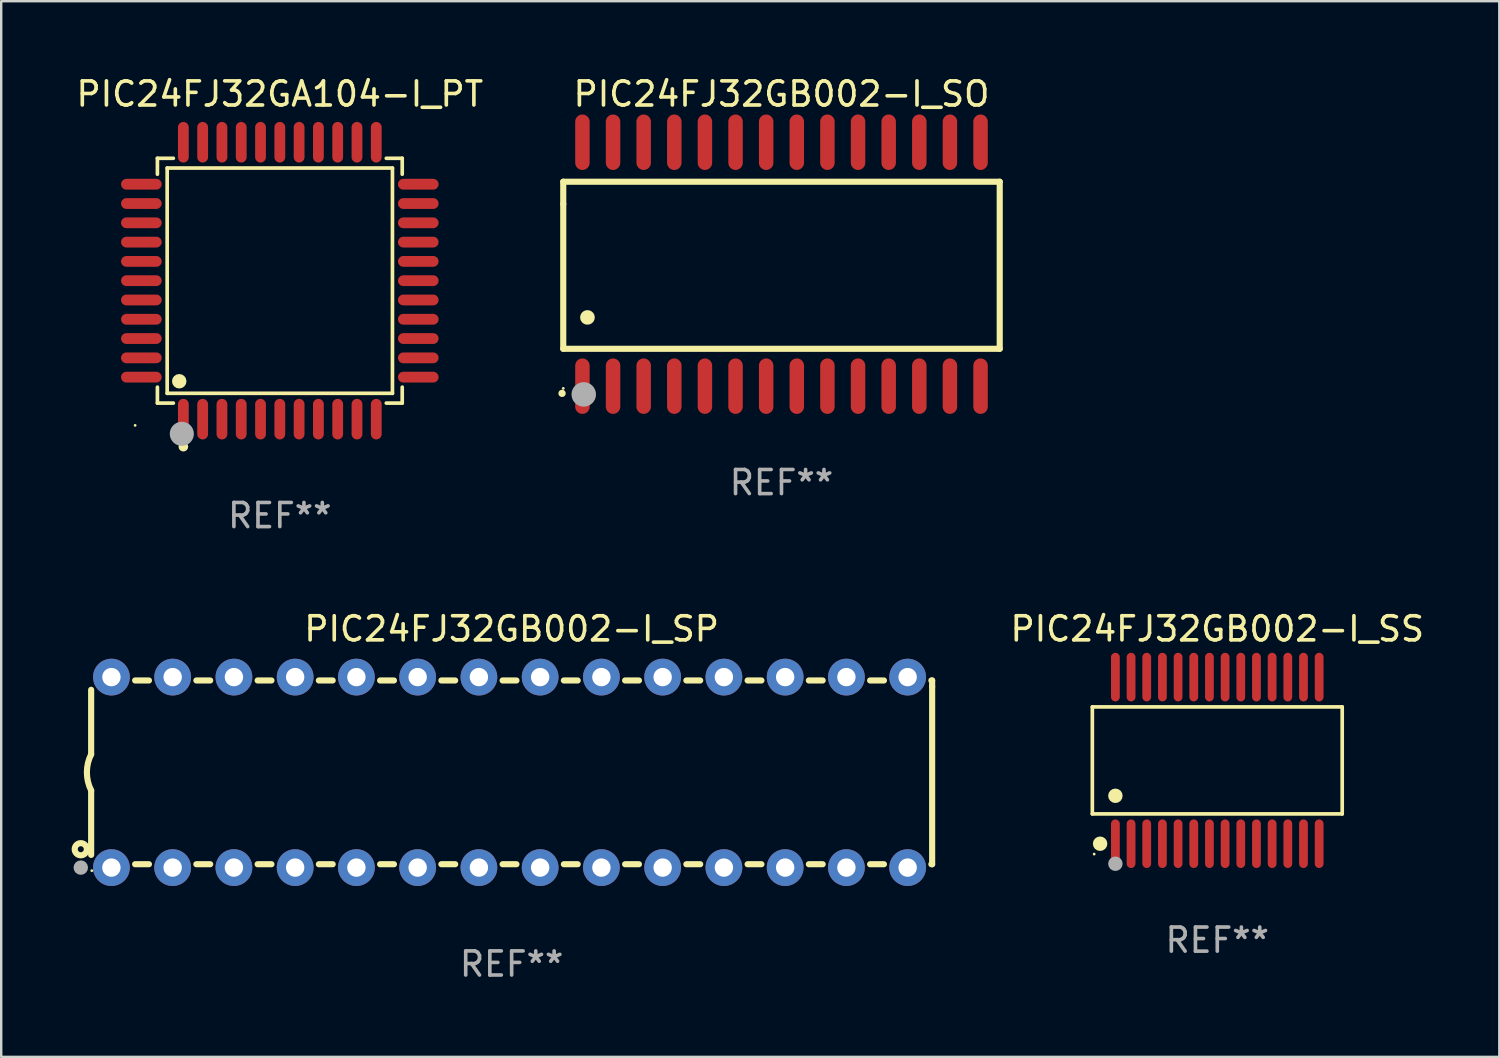
<source format=kicad_pcb>
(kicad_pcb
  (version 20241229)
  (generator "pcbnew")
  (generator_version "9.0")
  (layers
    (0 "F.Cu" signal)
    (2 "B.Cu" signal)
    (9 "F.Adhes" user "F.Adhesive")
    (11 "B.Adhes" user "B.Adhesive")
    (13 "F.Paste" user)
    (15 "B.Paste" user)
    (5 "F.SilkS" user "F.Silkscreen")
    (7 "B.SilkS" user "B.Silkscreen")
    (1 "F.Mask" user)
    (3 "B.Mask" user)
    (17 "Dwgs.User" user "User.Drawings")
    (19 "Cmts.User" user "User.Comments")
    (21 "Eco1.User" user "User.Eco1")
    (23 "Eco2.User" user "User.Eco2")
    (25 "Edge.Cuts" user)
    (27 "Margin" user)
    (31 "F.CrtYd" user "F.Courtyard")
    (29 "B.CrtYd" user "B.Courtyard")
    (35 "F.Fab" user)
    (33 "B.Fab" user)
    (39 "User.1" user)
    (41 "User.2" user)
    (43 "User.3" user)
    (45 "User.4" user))
  (footprint "PIC24FJ32GB002-I_SO"
    (layer "F.Cu")
    (at 29.358 7.906)
    (property "Reference" "PIC24FJ32GB002-I_SO" (at 0 -7.058 0) (layer "F.SilkS") (effects (font (size 1 1) (thickness 0.15))))
    (attr through_hole)
    (fp_line (start -9.05 -3.42) (end 9.05 -3.42) (stroke (width 0.254) (type solid)) (layer "F.SilkS"))
    (fp_line (start -9.05 -2.492) (end -9.05 -3.42) (stroke (width 0.254) (type solid)) (layer "F.SilkS"))
    (fp_line (start -9.05 3.508) (end -9.05 -2.492) (stroke (width 0.254) (type solid)) (layer "F.SilkS"))
    (fp_line (start 9.05 -3.42) (end 9.05 3.508) (stroke (width 0.254) (type solid)) (layer "F.SilkS"))
    (fp_line (start 9.05 3.508) (end -9.05 3.508) (stroke (width 0.254) (type solid)) (layer "F.SilkS"))
    (fp_arc (start -9.100838 5.35649) (mid -9.099568 5.356485) (end -9.098298 5.35649) (stroke (width 0.3) (type solid)) (layer "F.SilkS"))
    (fp_arc (start -8.049276 2.206883) (mid -8.046736 2.206872) (end -8.044196 2.206883) (stroke (width 0.6) (type solid)) (layer "F.SilkS"))
    (fp_circle (center -9.05 5.15) (end -9.02 5.15) (stroke (width 0.06) (type solid)) (fill no) (layer "F.SilkS"))
    (fp_circle (center -8.2 5.4) (end -7.946 5.4) (stroke (width 0.508) (type solid)) (fill no) (layer "F.Fab"))
    (fp_text user "REF**" (at 0 9.058 0) (layer "F.Fab") (effects (font (size 1 1) (thickness 0.15))))
    (pad "1" smd oval (at -8.255 5.058 180) (size 0.6 2.3) (layers "F.Cu" "F.Mask" "F.Paste"))
    (pad "2" smd oval (at -6.985 5.058 180) (size 0.6 2.3) (layers "F.Cu" "F.Mask" "F.Paste"))
    (pad "3" smd oval (at -5.715 5.058 180) (size 0.6 2.3) (layers "F.Cu" "F.Mask" "F.Paste"))
    (pad "4" smd oval (at -4.445 5.058 180) (size 0.6 2.3) (layers "F.Cu" "F.Mask" "F.Paste"))
    (pad "5" smd oval (at -3.175 5.058 180) (size 0.6 2.3) (layers "F.Cu" "F.Mask" "F.Paste"))
    (pad "6" smd oval (at -1.905 5.058 180) (size 0.6 2.3) (layers "F.Cu" "F.Mask" "F.Paste"))
    (pad "7" smd oval (at -0.635 5.058 180) (size 0.6 2.3) (layers "F.Cu" "F.Mask" "F.Paste"))
    (pad "8" smd oval (at 0.635 5.058 180) (size 0.6 2.3) (layers "F.Cu" "F.Mask" "F.Paste"))
    (pad "9" smd oval (at 1.905 5.058 180) (size 0.6 2.3) (layers "F.Cu" "F.Mask" "F.Paste"))
    (pad "10" smd oval (at 3.175 5.058 180) (size 0.6 2.3) (layers "F.Cu" "F.Mask" "F.Paste"))
    (pad "11" smd oval (at 4.445 5.058 180) (size 0.6 2.3) (layers "F.Cu" "F.Mask" "F.Paste"))
    (pad "12" smd oval (at 5.715 5.058 180) (size 0.6 2.3) (layers "F.Cu" "F.Mask" "F.Paste"))
    (pad "13" smd oval (at 6.985 5.058 180) (size 0.6 2.3) (layers "F.Cu" "F.Mask" "F.Paste"))
    (pad "14" smd oval (at 8.255 5.058 180) (size 0.6 2.3) (layers "F.Cu" "F.Mask" "F.Paste"))
    (pad "15" smd oval (at 8.255 -5.058 180) (size 0.6 2.3) (layers "F.Cu" "F.Mask" "F.Paste"))
    (pad "16" smd oval (at 6.985 -5.058 180) (size 0.6 2.3) (layers "F.Cu" "F.Mask" "F.Paste"))
    (pad "17" smd oval (at 5.715 -5.058 180) (size 0.6 2.3) (layers "F.Cu" "F.Mask" "F.Paste"))
    (pad "18" smd oval (at 4.445 -5.058 180) (size 0.6 2.3) (layers "F.Cu" "F.Mask" "F.Paste"))
    (pad "19" smd oval (at 3.175 -5.058 180) (size 0.6 2.3) (layers "F.Cu" "F.Mask" "F.Paste"))
    (pad "20" smd oval (at 1.905 -5.058 180) (size 0.6 2.3) (layers "F.Cu" "F.Mask" "F.Paste"))
    (pad "21" smd oval (at 0.635 -5.058 180) (size 0.6 2.3) (layers "F.Cu" "F.Mask" "F.Paste"))
    (pad "22" smd oval (at -0.635 -5.058 180) (size 0.6 2.3) (layers "F.Cu" "F.Mask" "F.Paste"))
    (pad "23" smd oval (at -1.905 -5.058 180) (size 0.6 2.3) (layers "F.Cu" "F.Mask" "F.Paste"))
    (pad "24" smd oval (at -3.175 -5.058 180) (size 0.6 2.3) (layers "F.Cu" "F.Mask" "F.Paste"))
    (pad "25" smd oval (at -4.445 -5.058 180) (size 0.6 2.3) (layers "F.Cu" "F.Mask" "F.Paste"))
    (pad "26" smd oval (at -5.715 -5.058 180) (size 0.6 2.3) (layers "F.Cu" "F.Mask" "F.Paste"))
    (pad "27" smd oval (at -6.985 -5.058 180) (size 0.6 2.3) (layers "F.Cu" "F.Mask" "F.Paste"))
    (pad "28" smd oval (at -8.255 -5.058 180) (size 0.6 2.3) (layers "F.Cu" "F.Mask" "F.Paste")))
  (footprint "PIC24FJ32GB002-I_SS"
    (layer "F.Cu")
    (at 47.43 28.484)
    (property "Reference" "PIC24FJ32GB002-I_SS" (at 0 -5.455 0) (layer "F.SilkS") (effects (font (size 1 1) (thickness 0.15))))
    (attr through_hole)
    (fp_line (start -5.181 -2.219) (end 5.181 -2.219) (stroke (width 0.152) (type solid)) (layer "F.SilkS"))
    (fp_line (start -5.181 2.219) (end -5.181 -2.219) (stroke (width 0.152) (type solid)) (layer "F.SilkS"))
    (fp_line (start 5.181 -2.219) (end 5.181 2.219) (stroke (width 0.152) (type solid)) (layer "F.SilkS"))
    (fp_line (start 5.181 2.219) (end -5.181 2.219) (stroke (width 0.152) (type solid)) (layer "F.SilkS"))
    (fp_circle (center -5.105 3.885) (end -5.075 3.885) (stroke (width 0.06) (type solid)) (fill no) (layer "F.SilkS"))
    (fp_circle (center -4.859 3.455) (end -4.709 3.455) (stroke (width 0.3) (type solid)) (fill no) (layer "F.SilkS"))
    (fp_circle (center -4.225 1.467) (end -4.075 1.467) (stroke (width 0.3) (type solid)) (fill no) (layer "F.SilkS"))
    (fp_circle (center -4.225 4.285) (end -4.075 4.285) (stroke (width 0.3) (type solid)) (fill no) (layer "F.Fab"))
    (fp_text user "REF**" (at 0 7.455 0) (layer "F.Fab") (effects (font (size 1 1) (thickness 0.15))))
    (pad "1" smd oval (at -4.225 3.455) (size 0.364 2.015) (layers "F.Cu" "F.Mask" "F.Paste"))
    (pad "2" smd oval (at -3.575 3.455) (size 0.364 2.015) (layers "F.Cu" "F.Mask" "F.Paste"))
    (pad "3" smd oval (at -2.925 3.455) (size 0.364 2.015) (layers "F.Cu" "F.Mask" "F.Paste"))
    (pad "4" smd oval (at -2.275 3.455) (size 0.364 2.015) (layers "F.Cu" "F.Mask" "F.Paste"))
    (pad "5" smd oval (at -1.625 3.455) (size 0.364 2.015) (layers "F.Cu" "F.Mask" "F.Paste"))
    (pad "6" smd oval (at -0.975 3.455) (size 0.364 2.015) (layers "F.Cu" "F.Mask" "F.Paste"))
    (pad "7" smd oval (at -0.325 3.455) (size 0.364 2.015) (layers "F.Cu" "F.Mask" "F.Paste"))
    (pad "8" smd oval (at 0.325 3.455) (size 0.364 2.015) (layers "F.Cu" "F.Mask" "F.Paste"))
    (pad "9" smd oval (at 0.975 3.455) (size 0.364 2.015) (layers "F.Cu" "F.Mask" "F.Paste"))
    (pad "10" smd oval (at 1.625 3.455) (size 0.364 2.015) (layers "F.Cu" "F.Mask" "F.Paste"))
    (pad "11" smd oval (at 2.275 3.455) (size 0.364 2.015) (layers "F.Cu" "F.Mask" "F.Paste"))
    (pad "12" smd oval (at 2.925 3.455) (size 0.364 2.015) (layers "F.Cu" "F.Mask" "F.Paste"))
    (pad "13" smd oval (at 3.575 3.455) (size 0.364 2.015) (layers "F.Cu" "F.Mask" "F.Paste"))
    (pad "14" smd oval (at 4.225 3.455) (size 0.364 2.015) (layers "F.Cu" "F.Mask" "F.Paste"))
    (pad "15" smd oval (at 4.225 -3.455) (size 0.364 2.015) (layers "F.Cu" "F.Mask" "F.Paste"))
    (pad "16" smd oval (at 3.575 -3.455) (size 0.364 2.015) (layers "F.Cu" "F.Mask" "F.Paste"))
    (pad "17" smd oval (at 2.925 -3.455) (size 0.364 2.015) (layers "F.Cu" "F.Mask" "F.Paste"))
    (pad "18" smd oval (at 2.275 -3.455) (size 0.364 2.015) (layers "F.Cu" "F.Mask" "F.Paste"))
    (pad "19" smd oval (at 1.625 -3.455) (size 0.364 2.015) (layers "F.Cu" "F.Mask" "F.Paste"))
    (pad "20" smd oval (at 0.975 -3.455) (size 0.364 2.015) (layers "F.Cu" "F.Mask" "F.Paste"))
    (pad "21" smd oval (at 0.325 -3.455) (size 0.364 2.015) (layers "F.Cu" "F.Mask" "F.Paste"))
    (pad "22" smd oval (at -0.325 -3.455) (size 0.364 2.015) (layers "F.Cu" "F.Mask" "F.Paste"))
    (pad "23" smd oval (at -0.975 -3.455) (size 0.364 2.015) (layers "F.Cu" "F.Mask" "F.Paste"))
    (pad "24" smd oval (at -1.625 -3.455) (size 0.364 2.015) (layers "F.Cu" "F.Mask" "F.Paste"))
    (pad "25" smd oval (at -2.275 -3.455) (size 0.364 2.015) (layers "F.Cu" "F.Mask" "F.Paste"))
    (pad "26" smd oval (at -2.925 -3.455) (size 0.364 2.015) (layers "F.Cu" "F.Mask" "F.Paste"))
    (pad "27" smd oval (at -3.575 -3.455) (size 0.364 2.015) (layers "F.Cu" "F.Mask" "F.Paste"))
    (pad "28" smd oval (at -4.225 -3.455) (size 0.364 2.015) (layers "F.Cu" "F.Mask" "F.Paste")))
  (footprint "PIC24FJ32GB002-I_SP"
    (layer "F.Cu")
    (at 18.168 28.979)
    (property "Reference" "PIC24FJ32GB002-I_SP" (at 0 -5.95 0) (layer "F.SilkS") (effects (font (size 1 1) (thickness 0.15))))
    (attr through_hole)
    (fp_line (start -17.438 0.75) (end -17.438 3.423) (stroke (width 0.254) (type solid)) (layer "F.SilkS"))
    (fp_line (start -17.438 -3.423) (end -17.438 -0.75) (stroke (width 0.254) (type solid)) (layer "F.SilkS"))
    (fp_line (start -15.615 3.81) (end -15.041 3.81) (stroke (width 0.254) (type solid)) (layer "F.SilkS"))
    (fp_line (start -15.041 -3.81) (end -15.614 -3.81) (stroke (width 0.254) (type solid)) (layer "F.SilkS"))
    (fp_line (start -13.075 3.81) (end -12.501 3.81) (stroke (width 0.254) (type solid)) (layer "F.SilkS"))
    (fp_line (start -12.501 -3.81) (end -13.074 -3.81) (stroke (width 0.254) (type solid)) (layer "F.SilkS"))
    (fp_line (start -10.535 3.81) (end -9.961 3.81) (stroke (width 0.254) (type solid)) (layer "F.SilkS"))
    (fp_line (start -9.961 -3.81) (end -10.534 -3.81) (stroke (width 0.254) (type solid)) (layer "F.SilkS"))
    (fp_line (start -7.995 3.81) (end -7.421 3.81) (stroke (width 0.254) (type solid)) (layer "F.SilkS"))
    (fp_line (start -7.421 -3.81) (end -7.995 -3.81) (stroke (width 0.254) (type solid)) (layer "F.SilkS"))
    (fp_line (start -5.455 3.81) (end -4.881 3.81) (stroke (width 0.254) (type solid)) (layer "F.SilkS"))
    (fp_line (start -4.881 -3.81) (end -5.455 -3.81) (stroke (width 0.254) (type solid)) (layer "F.SilkS"))
    (fp_line (start -2.915 3.81) (end -2.341 3.81) (stroke (width 0.254) (type solid)) (layer "F.SilkS"))
    (fp_line (start -2.341 -3.81) (end -2.915 -3.81) (stroke (width 0.254) (type solid)) (layer "F.SilkS"))
    (fp_line (start -0.375 3.81) (end 0.199 3.81) (stroke (width 0.254) (type solid)) (layer "F.SilkS"))
    (fp_line (start 0.199 -3.81) (end -0.375 -3.81) (stroke (width 0.254) (type solid)) (layer "F.SilkS"))
    (fp_line (start 2.165 3.81) (end 2.739 3.81) (stroke (width 0.254) (type solid)) (layer "F.SilkS"))
    (fp_line (start 2.739 -3.81) (end 2.165 -3.81) (stroke (width 0.254) (type solid)) (layer "F.SilkS"))
    (fp_line (start 4.705 3.81) (end 5.279 3.81) (stroke (width 0.254) (type solid)) (layer "F.SilkS"))
    (fp_line (start 5.279 -3.81) (end 4.705 -3.81) (stroke (width 0.254) (type solid)) (layer "F.SilkS"))
    (fp_line (start 7.245 3.81) (end 7.819 3.81) (stroke (width 0.254) (type solid)) (layer "F.SilkS"))
    (fp_line (start 7.819 -3.81) (end 7.245 -3.81) (stroke (width 0.254) (type solid)) (layer "F.SilkS"))
    (fp_line (start 9.785 3.81) (end 10.359 3.81) (stroke (width 0.254) (type solid)) (layer "F.SilkS"))
    (fp_line (start 10.359 -3.81) (end 9.785 -3.81) (stroke (width 0.254) (type solid)) (layer "F.SilkS"))
    (fp_line (start 12.325 3.81) (end 12.899 3.81) (stroke (width 0.254) (type solid)) (layer "F.SilkS"))
    (fp_line (start 12.899 -3.81) (end 12.325 -3.81) (stroke (width 0.254) (type solid)) (layer "F.SilkS"))
    (fp_line (start 14.865 3.81) (end 15.439 3.81) (stroke (width 0.254) (type solid)) (layer "F.SilkS"))
    (fp_line (start 15.439 -3.81) (end 14.865 -3.81) (stroke (width 0.254) (type solid)) (layer "F.SilkS"))
    (fp_line (start 17.405 3.81) (end 17.438 3.81) (stroke (width 0.254) (type solid)) (layer "F.SilkS"))
    (fp_line (start 17.438 -3.81) (end 17.405 -3.81) (stroke (width 0.254) (type solid)) (layer "F.SilkS"))
    (fp_line (start 17.438 -3.556) (end 17.438 -3.81) (stroke (width 0.254) (type solid)) (layer "F.SilkS"))
    (fp_line (start 17.438 3.81) (end 17.438 -3.556) (stroke (width 0.254) (type solid)) (layer "F.SilkS"))
    (fp_arc (start -17.437986 0.749657) (mid -17.614887 -0.000024) (end -17.437783 -0.749657) (stroke (width 0.254001) (type solid)) (layer "F.SilkS"))
    (fp_circle (center -17.868 3.188) (end -17.743 3.188) (stroke (width 0.254) (type solid)) (fill no) (layer "F.SilkS"))
    (fp_circle (center -17.411 4.077) (end -17.381 4.077) (stroke (width 0.06) (type solid)) (fill no) (layer "F.SilkS"))
    (fp_circle (center -17.868 3.95) (end -17.718 3.95) (stroke (width 0.3) (type solid)) (fill no) (layer "F.Fab"))
    (fp_text user "REF**" (at 0 7.95 0) (layer "F.Fab") (effects (font (size 1 1) (thickness 0.15))))
    (pad "1" thru_hole circle (at -16.598 3.95) (size 1.524 1.524) (drill 0.762) (layers "*.Cu" "*.Mask"))
    (pad "2" thru_hole circle (at -14.058 3.95) (size 1.524 1.524) (drill 0.762) (layers "*.Cu" "*.Mask"))
    (pad "3" thru_hole circle (at -11.518 3.95) (size 1.524 1.524) (drill 0.762) (layers "*.Cu" "*.Mask"))
    (pad "4" thru_hole circle (at -8.978 3.95) (size 1.524 1.524) (drill 0.762) (layers "*.Cu" "*.Mask"))
    (pad "5" thru_hole circle (at -6.438 3.95) (size 1.524 1.524) (drill 0.762) (layers "*.Cu" "*.Mask"))
    (pad "6" thru_hole circle (at -3.898 3.95) (size 1.524 1.524) (drill 0.762) (layers "*.Cu" "*.Mask"))
    (pad "7" thru_hole circle (at -1.358 3.95) (size 1.524 1.524) (drill 0.762) (layers "*.Cu" "*.Mask"))
    (pad "8" thru_hole circle (at 1.182 3.95) (size 1.524 1.524) (drill 0.762) (layers "*.Cu" "*.Mask"))
    (pad "9" thru_hole circle (at 3.722 3.95) (size 1.524 1.524) (drill 0.762) (layers "*.Cu" "*.Mask"))
    (pad "10" thru_hole circle (at 6.262 3.95) (size 1.524 1.524) (drill 0.762) (layers "*.Cu" "*.Mask"))
    (pad "11" thru_hole circle (at 8.802 3.95) (size 1.524 1.524) (drill 0.762) (layers "*.Cu" "*.Mask"))
    (pad "12" thru_hole circle (at 11.342 3.95) (size 1.524 1.524) (drill 0.762) (layers "*.Cu" "*.Mask"))
    (pad "13" thru_hole circle (at 13.882 3.95) (size 1.524 1.524) (drill 0.762) (layers "*.Cu" "*.Mask"))
    (pad "14" thru_hole circle (at 16.422 3.95) (size 1.524 1.524) (drill 0.762) (layers "*.Cu" "*.Mask"))
    (pad "15" thru_hole circle (at 16.422 -3.95) (size 1.524 1.524) (drill 0.762) (layers "*.Cu" "*.Mask"))
    (pad "16" thru_hole circle (at 13.882 -3.95) (size 1.524 1.524) (drill 0.762) (layers "*.Cu" "*.Mask"))
    (pad "17" thru_hole circle (at 11.342 -3.95) (size 1.524 1.524) (drill 0.762) (layers "*.Cu" "*.Mask"))
    (pad "18" thru_hole circle (at 8.802 -3.95) (size 1.524 1.524) (drill 0.762) (layers "*.Cu" "*.Mask"))
    (pad "19" thru_hole circle (at 6.262 -3.95) (size 1.524 1.524) (drill 0.762) (layers "*.Cu" "*.Mask"))
    (pad "20" thru_hole circle (at 3.722 -3.95) (size 1.524 1.524) (drill 0.762) (layers "*.Cu" "*.Mask"))
    (pad "21" thru_hole circle (at 1.182 -3.95) (size 1.524 1.524) (drill 0.762) (layers "*.Cu" "*.Mask"))
    (pad "22" thru_hole circle (at -1.358 -3.95) (size 1.524 1.524) (drill 0.762) (layers "*.Cu" "*.Mask"))
    (pad "23" thru_hole circle (at -3.898 -3.95) (size 1.524 1.524) (drill 0.762) (layers "*.Cu" "*.Mask"))
    (pad "24" thru_hole circle (at -6.438 -3.95) (size 1.524 1.524) (drill 0.762) (layers "*.Cu" "*.Mask"))
    (pad "25" thru_hole circle (at -8.978 -3.95) (size 1.524 1.524) (drill 0.762) (layers "*.Cu" "*.Mask"))
    (pad "26" thru_hole circle (at -11.517 -3.95) (size 1.524 1.524) (drill 0.762) (layers "*.Cu" "*.Mask"))
    (pad "27" thru_hole circle (at -14.057 -3.95) (size 1.524 1.524) (drill 0.762) (layers "*.Cu" "*.Mask"))
    (pad "28" thru_hole circle (at -16.597 -3.95) (size 1.524 1.524) (drill 0.762) (layers "*.Cu" "*.Mask")))
  (footprint "PIC24FJ32GA104-I_PT"
    (layer "F.Cu")
    (at 8.554 8.59)
    (property "Reference" "PIC24FJ32GA104-I_PT" (at 0 -7.742 0) (layer "F.SilkS") (effects (font (size 1 1) (thickness 0.15))))
    (attr through_hole)
    (fp_line (start -5.076 -5.076) (end -4.415 -5.076) (stroke (width 0.152) (type solid)) (layer "F.SilkS"))
    (fp_line (start -5.076 -4.415) (end -5.076 -5.076) (stroke (width 0.152) (type solid)) (layer "F.SilkS"))
    (fp_line (start -5.076 4.415) (end -5.076 5.076) (stroke (width 0.152) (type solid)) (layer "F.SilkS"))
    (fp_line (start -5.076 5.076) (end -4.415 5.076) (stroke (width 0.152) (type solid)) (layer "F.SilkS"))
    (fp_line (start -4.671 -4.671) (end 4.671 -4.671) (stroke (width 0.152) (type solid)) (layer "F.SilkS"))
    (fp_line (start -4.671 4.671) (end -4.671 -4.671) (stroke (width 0.152) (type solid)) (layer "F.SilkS"))
    (fp_line (start 4.671 -4.671) (end 4.671 4.671) (stroke (width 0.152) (type solid)) (layer "F.SilkS"))
    (fp_line (start 4.671 4.671) (end -4.671 4.671) (stroke (width 0.152) (type solid)) (layer "F.SilkS"))
    (fp_line (start 5.076 -5.076) (end 4.415 -5.076) (stroke (width 0.152) (type solid)) (layer "F.SilkS"))
    (fp_line (start 5.076 -4.415) (end 5.076 -5.076) (stroke (width 0.152) (type solid)) (layer "F.SilkS"))
    (fp_line (start 5.076 4.415) (end 5.076 5.076) (stroke (width 0.152) (type solid)) (layer "F.SilkS"))
    (fp_line (start 5.076 5.076) (end 4.415 5.076) (stroke (width 0.152) (type solid)) (layer "F.SilkS"))
    (fp_circle (center -6 6) (end -5.97 6) (stroke (width 0.06) (type solid)) (fill no) (layer "F.SilkS"))
    (fp_circle (center -4.171 4.171) (end -4.021 4.171) (stroke (width 0.3) (type solid)) (fill no) (layer "F.SilkS"))
    (fp_circle (center -4 6.884) (end -3.9 6.884) (stroke (width 0.2) (type solid)) (fill no) (layer "F.SilkS"))
    (fp_circle (center -4.064 6.35) (end -3.814 6.35) (stroke (width 0.5) (type solid)) (fill no) (layer "F.Fab"))
    (fp_text user "REF**" (at 0 9.742 0) (layer "F.Fab") (effects (font (size 1 1) (thickness 0.15))))
    (pad "1" smd oval (at -4 5.742) (size 0.448 1.684) (layers "F.Cu" "F.Mask" "F.Paste"))
    (pad "2" smd oval (at -3.2 5.742) (size 0.448 1.684) (layers "F.Cu" "F.Mask" "F.Paste"))
    (pad "3" smd oval (at -2.4 5.742) (size 0.448 1.684) (layers "F.Cu" "F.Mask" "F.Paste"))
    (pad "4" smd oval (at -1.6 5.742) (size 0.448 1.684) (layers "F.Cu" "F.Mask" "F.Paste"))
    (pad "5" smd oval (at -0.8 5.742) (size 0.448 1.684) (layers "F.Cu" "F.Mask" "F.Paste"))
    (pad "6" smd oval (at 0 5.742) (size 0.448 1.684) (layers "F.Cu" "F.Mask" "F.Paste"))
    (pad "7" smd oval (at 0.8 5.742) (size 0.448 1.684) (layers "F.Cu" "F.Mask" "F.Paste"))
    (pad "8" smd oval (at 1.6 5.742) (size 0.448 1.684) (layers "F.Cu" "F.Mask" "F.Paste"))
    (pad "9" smd oval (at 2.4 5.742) (size 0.448 1.684) (layers "F.Cu" "F.Mask" "F.Paste"))
    (pad "10" smd oval (at 3.2 5.742) (size 0.448 1.684) (layers "F.Cu" "F.Mask" "F.Paste"))
    (pad "11" smd oval (at 4 5.742) (size 0.448 1.684) (layers "F.Cu" "F.Mask" "F.Paste"))
    (pad "12" smd oval (at 5.742 4) (size 1.684 0.448) (layers "F.Cu" "F.Mask" "F.Paste"))
    (pad "13" smd oval (at 5.742 3.2) (size 1.684 0.448) (layers "F.Cu" "F.Mask" "F.Paste"))
    (pad "14" smd oval (at 5.742 2.4) (size 1.684 0.448) (layers "F.Cu" "F.Mask" "F.Paste"))
    (pad "15" smd oval (at 5.742 1.6) (size 1.684 0.448) (layers "F.Cu" "F.Mask" "F.Paste"))
    (pad "16" smd oval (at 5.742 0.8) (size 1.684 0.448) (layers "F.Cu" "F.Mask" "F.Paste"))
    (pad "17" smd oval (at 5.742 0) (size 1.684 0.448) (layers "F.Cu" "F.Mask" "F.Paste"))
    (pad "18" smd oval (at 5.742 -0.8) (size 1.684 0.448) (layers "F.Cu" "F.Mask" "F.Paste"))
    (pad "19" smd oval (at 5.742 -1.6) (size 1.684 0.448) (layers "F.Cu" "F.Mask" "F.Paste"))
    (pad "20" smd oval (at 5.742 -2.4) (size 1.684 0.448) (layers "F.Cu" "F.Mask" "F.Paste"))
    (pad "21" smd oval (at 5.742 -3.2) (size 1.684 0.448) (layers "F.Cu" "F.Mask" "F.Paste"))
    (pad "22" smd oval (at 5.742 -4) (size 1.684 0.448) (layers "F.Cu" "F.Mask" "F.Paste"))
    (pad "23" smd oval (at 4 -5.742) (size 0.448 1.684) (layers "F.Cu" "F.Mask" "F.Paste"))
    (pad "24" smd oval (at 3.2 -5.742) (size 0.448 1.684) (layers "F.Cu" "F.Mask" "F.Paste"))
    (pad "25" smd oval (at 2.4 -5.742) (size 0.448 1.684) (layers "F.Cu" "F.Mask" "F.Paste"))
    (pad "26" smd oval (at 1.6 -5.742) (size 0.448 1.684) (layers "F.Cu" "F.Mask" "F.Paste"))
    (pad "27" smd oval (at 0.8 -5.742) (size 0.448 1.684) (layers "F.Cu" "F.Mask" "F.Paste"))
    (pad "28" smd oval (at 0 -5.742) (size 0.448 1.684) (layers "F.Cu" "F.Mask" "F.Paste"))
    (pad "29" smd oval (at -0.8 -5.742) (size 0.448 1.684) (layers "F.Cu" "F.Mask" "F.Paste"))
    (pad "30" smd oval (at -1.6 -5.742) (size 0.448 1.684) (layers "F.Cu" "F.Mask" "F.Paste"))
    (pad "31" smd oval (at -2.4 -5.742) (size 0.448 1.684) (layers "F.Cu" "F.Mask" "F.Paste"))
    (pad "32" smd oval (at -3.2 -5.742) (size 0.448 1.684) (layers "F.Cu" "F.Mask" "F.Paste"))
    (pad "33" smd oval (at -4 -5.742) (size 0.448 1.684) (layers "F.Cu" "F.Mask" "F.Paste"))
    (pad "34" smd oval (at -5.742 -4) (size 1.684 0.448) (layers "F.Cu" "F.Mask" "F.Paste"))
    (pad "35" smd oval (at -5.742 -3.2) (size 1.684 0.448) (layers "F.Cu" "F.Mask" "F.Paste"))
    (pad "36" smd oval (at -5.742 -2.4) (size 1.684 0.448) (layers "F.Cu" "F.Mask" "F.Paste"))
    (pad "37" smd oval (at -5.742 -1.6) (size 1.684 0.448) (layers "F.Cu" "F.Mask" "F.Paste"))
    (pad "38" smd oval (at -5.742 -0.8) (size 1.684 0.448) (layers "F.Cu" "F.Mask" "F.Paste"))
    (pad "39" smd oval (at -5.742 0) (size 1.684 0.448) (layers "F.Cu" "F.Mask" "F.Paste"))
    (pad "40" smd oval (at -5.742 0.8) (size 1.684 0.448) (layers "F.Cu" "F.Mask" "F.Paste"))
    (pad "41" smd oval (at -5.742 1.6) (size 1.684 0.448) (layers "F.Cu" "F.Mask" "F.Paste"))
    (pad "42" smd oval (at -5.742 2.4) (size 1.684 0.448) (layers "F.Cu" "F.Mask" "F.Paste"))
    (pad "43" smd oval (at -5.742 3.2) (size 1.684 0.448) (layers "F.Cu" "F.Mask" "F.Paste"))
    (pad "44" smd oval (at -5.742 4) (size 1.684 0.448) (layers "F.Cu" "F.Mask" "F.Paste")))
  (gr_rect
    (start -3 -3)
    (end 59.126 40.777)
    (stroke (width 0.1) (type default))
    (fill no)
    (layer "Edge.Cuts")))
</source>
